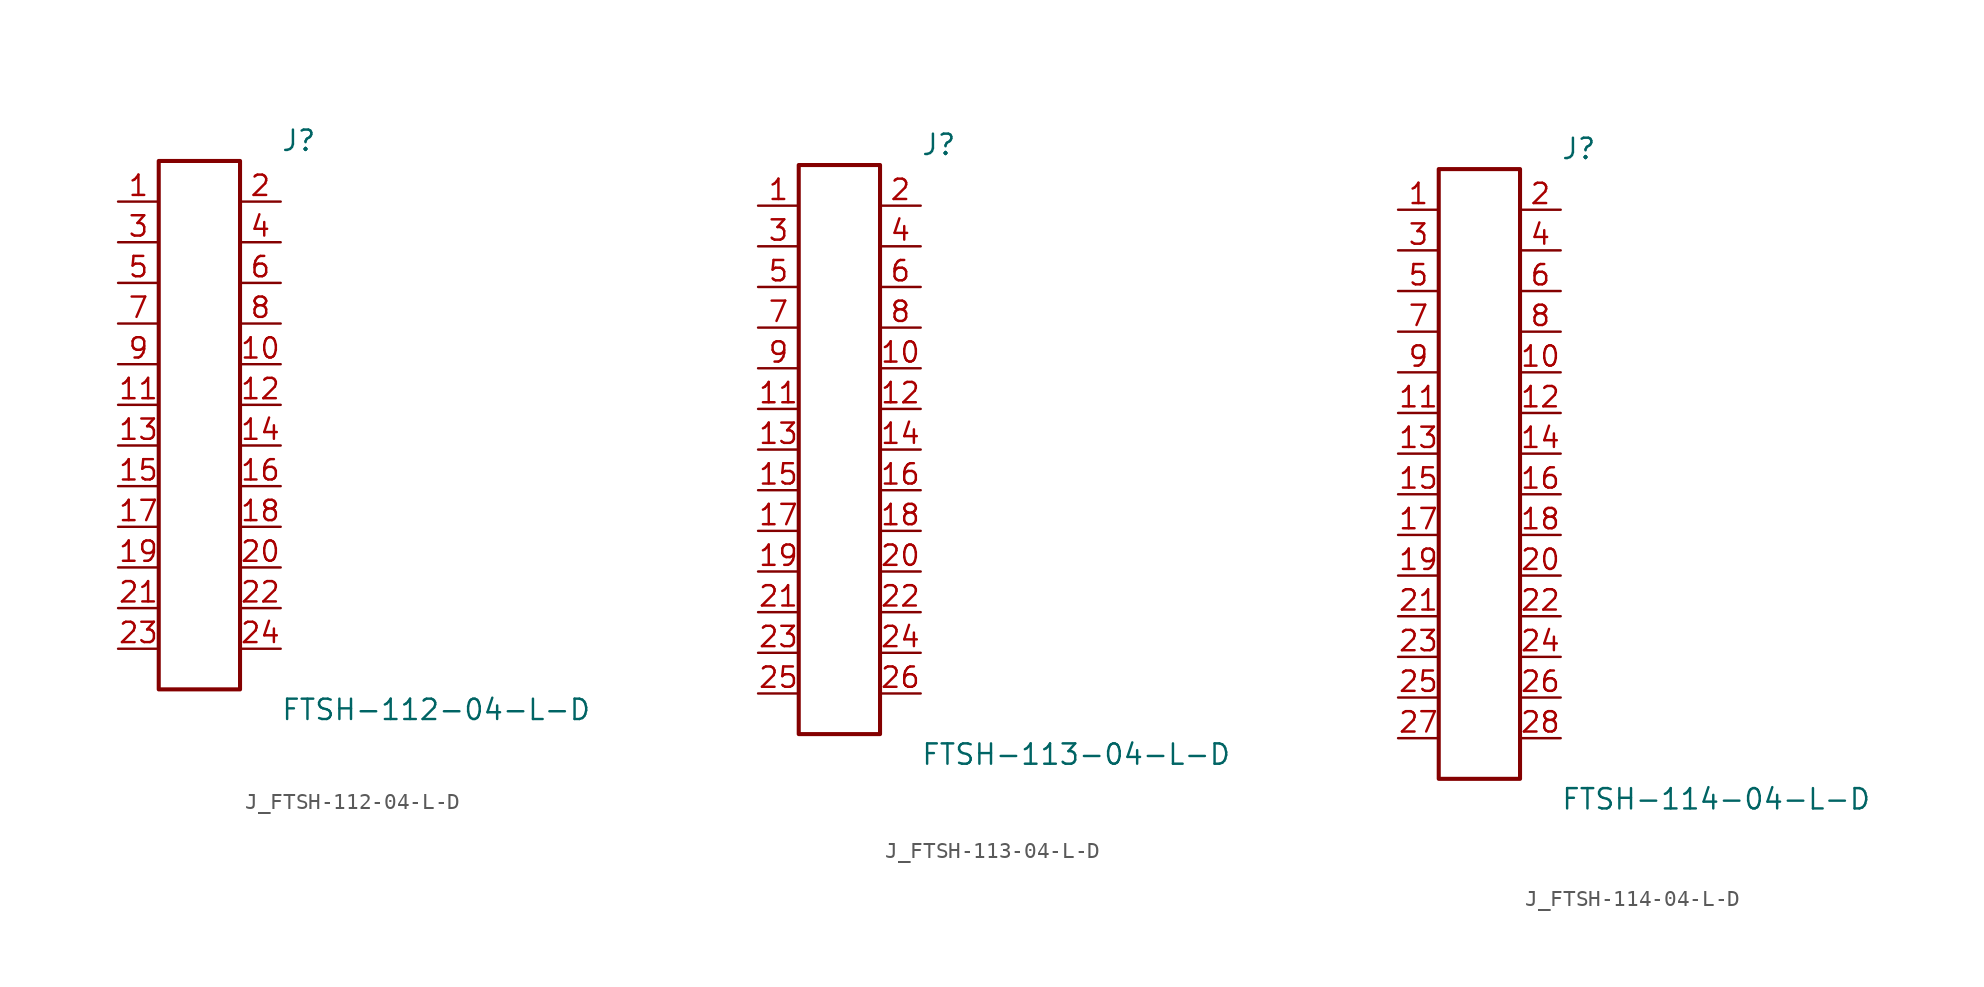
<source format=kicad_sym>
(kicad_symbol_lib
  (version 20231120)
  (generator kicad_symbol_editor)
  (generator_version 8.0)
  (symbol "J_FTSH-112-04-L-D"
    (pin_names
      (offset 0.254))
    (property "Reference" "J"
      (at 5.08 17.78 0)
      (effects (font (size 1.27 1.27)) (justify left)))
    (property "Value" "FTSH-112-04-L-D"
      (at 5.08 -17.78 0)
      (effects (font (size 1.27 1.27)) (justify left)))
    (symbol "J_FTSH-112-04-L-D_0_0"
      (pin passive line (at -5.08 13.97 0) (length 2.54) (name "" (effects (font (size 1.27 1.27)))) (number "1" (effects (font (size 1.27 1.27)))))
      (pin passive line (at 5.08 13.97 180) (length 2.54) (name "" (effects (font (size 1.27 1.27)))) (number "2" (effects (font (size 1.27 1.27)))))
      (pin passive line (at -5.08 11.43 0) (length 2.54) (name "" (effects (font (size 1.27 1.27)))) (number "3" (effects (font (size 1.27 1.27)))))
      (pin passive line (at 5.08 11.43 180) (length 2.54) (name "" (effects (font (size 1.27 1.27)))) (number "4" (effects (font (size 1.27 1.27)))))
      (pin passive line (at -5.08 8.89 0) (length 2.54) (name "" (effects (font (size 1.27 1.27)))) (number "5" (effects (font (size 1.27 1.27)))))
      (pin passive line (at 5.08 8.89 180) (length 2.54) (name "" (effects (font (size 1.27 1.27)))) (number "6" (effects (font (size 1.27 1.27)))))
      (pin passive line (at -5.08 6.35 0) (length 2.54) (name "" (effects (font (size 1.27 1.27)))) (number "7" (effects (font (size 1.27 1.27)))))
      (pin passive line (at 5.08 6.35 180) (length 2.54) (name "" (effects (font (size 1.27 1.27)))) (number "8" (effects (font (size 1.27 1.27)))))
      (pin passive line (at -5.08 3.81 0) (length 2.54) (name "" (effects (font (size 1.27 1.27)))) (number "9" (effects (font (size 1.27 1.27)))))
      (pin passive line (at 5.08 3.81 180) (length 2.54) (name "" (effects (font (size 1.27 1.27)))) (number "10" (effects (font (size 1.27 1.27)))))
      (pin passive line (at -5.08 1.27 0) (length 2.54) (name "" (effects (font (size 1.27 1.27)))) (number "11" (effects (font (size 1.27 1.27)))))
      (pin passive line (at 5.08 1.27 180) (length 2.54) (name "" (effects (font (size 1.27 1.27)))) (number "12" (effects (font (size 1.27 1.27)))))
      (pin passive line (at -5.08 -1.27 0) (length 2.54) (name "" (effects (font (size 1.27 1.27)))) (number "13" (effects (font (size 1.27 1.27)))))
      (pin passive line (at 5.08 -1.27 180) (length 2.54) (name "" (effects (font (size 1.27 1.27)))) (number "14" (effects (font (size 1.27 1.27)))))
      (pin passive line (at -5.08 -3.81 0) (length 2.54) (name "" (effects (font (size 1.27 1.27)))) (number "15" (effects (font (size 1.27 1.27)))))
      (pin passive line (at 5.08 -3.81 180) (length 2.54) (name "" (effects (font (size 1.27 1.27)))) (number "16" (effects (font (size 1.27 1.27)))))
      (pin passive line (at -5.08 -6.35 0) (length 2.54) (name "" (effects (font (size 1.27 1.27)))) (number "17" (effects (font (size 1.27 1.27)))))
      (pin passive line (at 5.08 -6.35 180) (length 2.54) (name "" (effects (font (size 1.27 1.27)))) (number "18" (effects (font (size 1.27 1.27)))))
      (pin passive line (at -5.08 -8.89 0) (length 2.54) (name "" (effects (font (size 1.27 1.27)))) (number "19" (effects (font (size 1.27 1.27)))))
      (pin passive line (at 5.08 -8.89 180) (length 2.54) (name "" (effects (font (size 1.27 1.27)))) (number "20" (effects (font (size 1.27 1.27)))))
      (pin passive line (at -5.08 -11.43 0) (length 2.54) (name "" (effects (font (size 1.27 1.27)))) (number "21" (effects (font (size 1.27 1.27)))))
      (pin passive line (at 5.08 -11.43 180) (length 2.54) (name "" (effects (font (size 1.27 1.27)))) (number "22" (effects (font (size 1.27 1.27)))))
      (pin passive line (at -5.08 -13.97 0) (length 2.54) (name "" (effects (font (size 1.27 1.27)))) (number "23" (effects (font (size 1.27 1.27)))))
      (pin passive line (at 5.08 -13.97 180) (length 2.54) (name "" (effects (font (size 1.27 1.27)))) (number "24" (effects (font (size 1.27 1.27))))))
    (symbol "J_FTSH-112-04-L-D_1_0"
      (rectangle (start -2.54 16.51) (end 2.54 -16.51) (stroke (width 0.254) (type solid)) (fill (type none)))))
  (symbol "J_FTSH-113-04-L-D"
    (pin_names
      (offset 0.254))
    (property "Reference" "J"
      (at 5.08 19.05 0)
      (effects (font (size 1.27 1.27)) (justify left)))
    (property "Value" "FTSH-113-04-L-D"
      (at 5.08 -19.05 0)
      (effects (font (size 1.27 1.27)) (justify left)))
    (symbol "J_FTSH-113-04-L-D_0_0"
      (pin passive line (at -5.08 15.24 0) (length 2.54) (name "" (effects (font (size 1.27 1.27)))) (number "1" (effects (font (size 1.27 1.27)))))
      (pin passive line (at 5.08 15.24 180) (length 2.54) (name "" (effects (font (size 1.27 1.27)))) (number "2" (effects (font (size 1.27 1.27)))))
      (pin passive line (at -5.08 12.7 0) (length 2.54) (name "" (effects (font (size 1.27 1.27)))) (number "3" (effects (font (size 1.27 1.27)))))
      (pin passive line (at 5.08 12.7 180) (length 2.54) (name "" (effects (font (size 1.27 1.27)))) (number "4" (effects (font (size 1.27 1.27)))))
      (pin passive line (at -5.08 10.16 0) (length 2.54) (name "" (effects (font (size 1.27 1.27)))) (number "5" (effects (font (size 1.27 1.27)))))
      (pin passive line (at 5.08 10.16 180) (length 2.54) (name "" (effects (font (size 1.27 1.27)))) (number "6" (effects (font (size 1.27 1.27)))))
      (pin passive line (at -5.08 7.62 0) (length 2.54) (name "" (effects (font (size 1.27 1.27)))) (number "7" (effects (font (size 1.27 1.27)))))
      (pin passive line (at 5.08 7.62 180) (length 2.54) (name "" (effects (font (size 1.27 1.27)))) (number "8" (effects (font (size 1.27 1.27)))))
      (pin passive line (at -5.08 5.08 0) (length 2.54) (name "" (effects (font (size 1.27 1.27)))) (number "9" (effects (font (size 1.27 1.27)))))
      (pin passive line (at 5.08 5.08 180) (length 2.54) (name "" (effects (font (size 1.27 1.27)))) (number "10" (effects (font (size 1.27 1.27)))))
      (pin passive line (at -5.08 2.54 0) (length 2.54) (name "" (effects (font (size 1.27 1.27)))) (number "11" (effects (font (size 1.27 1.27)))))
      (pin passive line (at 5.08 2.54 180) (length 2.54) (name "" (effects (font (size 1.27 1.27)))) (number "12" (effects (font (size 1.27 1.27)))))
      (pin passive line (at -5.08 0.0 0) (length 2.54) (name "" (effects (font (size 1.27 1.27)))) (number "13" (effects (font (size 1.27 1.27)))))
      (pin passive line (at 5.08 0.0 180) (length 2.54) (name "" (effects (font (size 1.27 1.27)))) (number "14" (effects (font (size 1.27 1.27)))))
      (pin passive line (at -5.08 -2.54 0) (length 2.54) (name "" (effects (font (size 1.27 1.27)))) (number "15" (effects (font (size 1.27 1.27)))))
      (pin passive line (at 5.08 -2.54 180) (length 2.54) (name "" (effects (font (size 1.27 1.27)))) (number "16" (effects (font (size 1.27 1.27)))))
      (pin passive line (at -5.08 -5.08 0) (length 2.54) (name "" (effects (font (size 1.27 1.27)))) (number "17" (effects (font (size 1.27 1.27)))))
      (pin passive line (at 5.08 -5.08 180) (length 2.54) (name "" (effects (font (size 1.27 1.27)))) (number "18" (effects (font (size 1.27 1.27)))))
      (pin passive line (at -5.08 -7.62 0) (length 2.54) (name "" (effects (font (size 1.27 1.27)))) (number "19" (effects (font (size 1.27 1.27)))))
      (pin passive line (at 5.08 -7.62 180) (length 2.54) (name "" (effects (font (size 1.27 1.27)))) (number "20" (effects (font (size 1.27 1.27)))))
      (pin passive line (at -5.08 -10.16 0) (length 2.54) (name "" (effects (font (size 1.27 1.27)))) (number "21" (effects (font (size 1.27 1.27)))))
      (pin passive line (at 5.08 -10.16 180) (length 2.54) (name "" (effects (font (size 1.27 1.27)))) (number "22" (effects (font (size 1.27 1.27)))))
      (pin passive line (at -5.08 -12.7 0) (length 2.54) (name "" (effects (font (size 1.27 1.27)))) (number "23" (effects (font (size 1.27 1.27)))))
      (pin passive line (at 5.08 -12.7 180) (length 2.54) (name "" (effects (font (size 1.27 1.27)))) (number "24" (effects (font (size 1.27 1.27)))))
      (pin passive line (at -5.08 -15.24 0) (length 2.54) (name "" (effects (font (size 1.27 1.27)))) (number "25" (effects (font (size 1.27 1.27)))))
      (pin passive line (at 5.08 -15.24 180) (length 2.54) (name "" (effects (font (size 1.27 1.27)))) (number "26" (effects (font (size 1.27 1.27))))))
    (symbol "J_FTSH-113-04-L-D_1_0"
      (rectangle (start -2.54 17.78) (end 2.54 -17.78) (stroke (width 0.254) (type solid)) (fill (type none)))))
  (symbol "J_FTSH-114-04-L-D"
    (pin_names
      (offset 0.254))
    (property "Reference" "J"
      (at 5.08 20.32 0)
      (effects (font (size 1.27 1.27)) (justify left)))
    (property "Value" "FTSH-114-04-L-D"
      (at 5.08 -20.32 0)
      (effects (font (size 1.27 1.27)) (justify left)))
    (symbol "J_FTSH-114-04-L-D_0_0"
      (pin passive line (at -5.08 16.51 0) (length 2.54) (name "" (effects (font (size 1.27 1.27)))) (number "1" (effects (font (size 1.27 1.27)))))
      (pin passive line (at 5.08 16.51 180) (length 2.54) (name "" (effects (font (size 1.27 1.27)))) (number "2" (effects (font (size 1.27 1.27)))))
      (pin passive line (at -5.08 13.97 0) (length 2.54) (name "" (effects (font (size 1.27 1.27)))) (number "3" (effects (font (size 1.27 1.27)))))
      (pin passive line (at 5.08 13.97 180) (length 2.54) (name "" (effects (font (size 1.27 1.27)))) (number "4" (effects (font (size 1.27 1.27)))))
      (pin passive line (at -5.08 11.43 0) (length 2.54) (name "" (effects (font (size 1.27 1.27)))) (number "5" (effects (font (size 1.27 1.27)))))
      (pin passive line (at 5.08 11.43 180) (length 2.54) (name "" (effects (font (size 1.27 1.27)))) (number "6" (effects (font (size 1.27 1.27)))))
      (pin passive line (at -5.08 8.89 0) (length 2.54) (name "" (effects (font (size 1.27 1.27)))) (number "7" (effects (font (size 1.27 1.27)))))
      (pin passive line (at 5.08 8.89 180) (length 2.54) (name "" (effects (font (size 1.27 1.27)))) (number "8" (effects (font (size 1.27 1.27)))))
      (pin passive line (at -5.08 6.35 0) (length 2.54) (name "" (effects (font (size 1.27 1.27)))) (number "9" (effects (font (size 1.27 1.27)))))
      (pin passive line (at 5.08 6.35 180) (length 2.54) (name "" (effects (font (size 1.27 1.27)))) (number "10" (effects (font (size 1.27 1.27)))))
      (pin passive line (at -5.08 3.81 0) (length 2.54) (name "" (effects (font (size 1.27 1.27)))) (number "11" (effects (font (size 1.27 1.27)))))
      (pin passive line (at 5.08 3.81 180) (length 2.54) (name "" (effects (font (size 1.27 1.27)))) (number "12" (effects (font (size 1.27 1.27)))))
      (pin passive line (at -5.08 1.27 0) (length 2.54) (name "" (effects (font (size 1.27 1.27)))) (number "13" (effects (font (size 1.27 1.27)))))
      (pin passive line (at 5.08 1.27 180) (length 2.54) (name "" (effects (font (size 1.27 1.27)))) (number "14" (effects (font (size 1.27 1.27)))))
      (pin passive line (at -5.08 -1.27 0) (length 2.54) (name "" (effects (font (size 1.27 1.27)))) (number "15" (effects (font (size 1.27 1.27)))))
      (pin passive line (at 5.08 -1.27 180) (length 2.54) (name "" (effects (font (size 1.27 1.27)))) (number "16" (effects (font (size 1.27 1.27)))))
      (pin passive line (at -5.08 -3.81 0) (length 2.54) (name "" (effects (font (size 1.27 1.27)))) (number "17" (effects (font (size 1.27 1.27)))))
      (pin passive line (at 5.08 -3.81 180) (length 2.54) (name "" (effects (font (size 1.27 1.27)))) (number "18" (effects (font (size 1.27 1.27)))))
      (pin passive line (at -5.08 -6.35 0) (length 2.54) (name "" (effects (font (size 1.27 1.27)))) (number "19" (effects (font (size 1.27 1.27)))))
      (pin passive line (at 5.08 -6.35 180) (length 2.54) (name "" (effects (font (size 1.27 1.27)))) (number "20" (effects (font (size 1.27 1.27)))))
      (pin passive line (at -5.08 -8.89 0) (length 2.54) (name "" (effects (font (size 1.27 1.27)))) (number "21" (effects (font (size 1.27 1.27)))))
      (pin passive line (at 5.08 -8.89 180) (length 2.54) (name "" (effects (font (size 1.27 1.27)))) (number "22" (effects (font (size 1.27 1.27)))))
      (pin passive line (at -5.08 -11.43 0) (length 2.54) (name "" (effects (font (size 1.27 1.27)))) (number "23" (effects (font (size 1.27 1.27)))))
      (pin passive line (at 5.08 -11.43 180) (length 2.54) (name "" (effects (font (size 1.27 1.27)))) (number "24" (effects (font (size 1.27 1.27)))))
      (pin passive line (at -5.08 -13.97 0) (length 2.54) (name "" (effects (font (size 1.27 1.27)))) (number "25" (effects (font (size 1.27 1.27)))))
      (pin passive line (at 5.08 -13.97 180) (length 2.54) (name "" (effects (font (size 1.27 1.27)))) (number "26" (effects (font (size 1.27 1.27)))))
      (pin passive line (at -5.08 -16.51 0) (length 2.54) (name "" (effects (font (size 1.27 1.27)))) (number "27" (effects (font (size 1.27 1.27)))))
      (pin passive line (at 5.08 -16.51 180) (length 2.54) (name "" (effects (font (size 1.27 1.27)))) (number "28" (effects (font (size 1.27 1.27))))))
    (symbol "J_FTSH-114-04-L-D_1_0"
      (rectangle (start -2.54 19.05) (end 2.54 -19.05) (stroke (width 0.254) (type solid)) (fill (type none))))))
</source>
